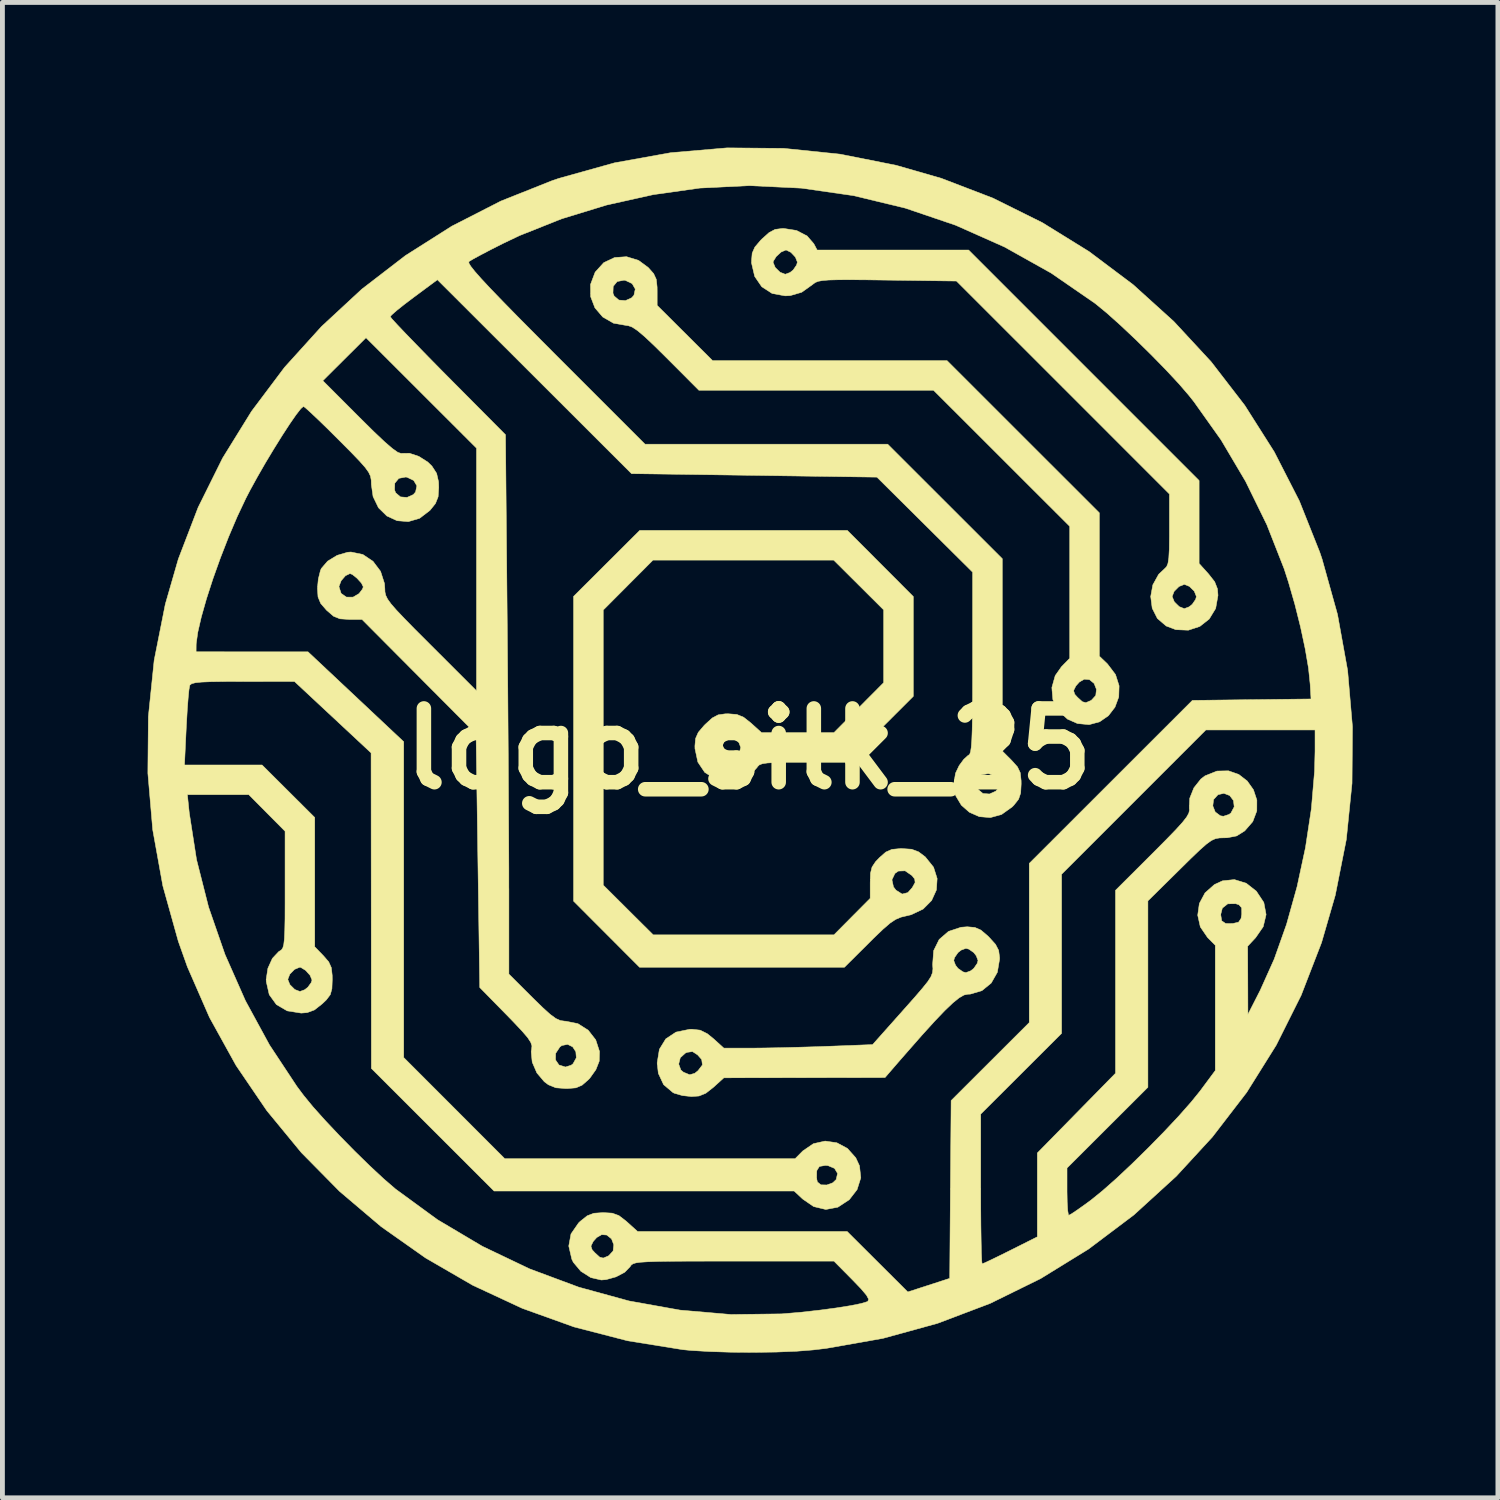
<source format=kicad_pcb>
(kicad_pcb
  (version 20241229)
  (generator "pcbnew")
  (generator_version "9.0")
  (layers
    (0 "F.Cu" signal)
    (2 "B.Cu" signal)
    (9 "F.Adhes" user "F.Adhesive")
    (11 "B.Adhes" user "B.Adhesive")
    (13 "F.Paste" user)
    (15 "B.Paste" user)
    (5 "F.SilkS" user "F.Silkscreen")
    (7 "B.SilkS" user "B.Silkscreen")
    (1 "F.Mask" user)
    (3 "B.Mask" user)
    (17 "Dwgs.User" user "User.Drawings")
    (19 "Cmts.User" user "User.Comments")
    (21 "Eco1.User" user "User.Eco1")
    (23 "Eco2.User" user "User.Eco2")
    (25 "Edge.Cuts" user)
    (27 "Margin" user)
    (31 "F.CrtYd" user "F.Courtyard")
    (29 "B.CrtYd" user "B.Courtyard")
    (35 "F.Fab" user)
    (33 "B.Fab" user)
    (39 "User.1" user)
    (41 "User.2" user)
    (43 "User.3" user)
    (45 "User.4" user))
  (footprint "logo_silk_25"
    (layer "F.Cu")
    (at 12.42 12.42)
    (property "Reference" "logo_silk_25" (at 0 0 0) (layer "F.SilkS") (effects (font (size 1.524 1.524) (thickness 0.3))))
    (attr through_hole)
    (fp_poly (pts (xy -2.279 -10.091) (xy -2.079 -9.944) (xy -1.967 -9.818) (xy -1.912 -9.699) (xy -1.895 -9.538) (xy -1.894 -9.46) (xy -1.894 -9.161) (xy -0.75 -8.021) (xy 4.093 -8.021) (xy 7.241 -4.875) (xy 7.241 -1.915) (xy 7.409 -1.754) (xy 7.575 -1.535) (xy 7.649 -1.302) (xy 7.642 -1.072) (xy 7.564 -0.861) (xy 7.429 -0.685) (xy 7.247 -0.559) (xy 7.03 -0.5) (xy 6.789 -0.523) (xy 6.583 -0.614) (xy 6.39 -0.791) (xy 6.281 -1.017) (xy 6.265 -1.203) (xy 6.708 -1.203) (xy 6.734 -1.126) (xy 6.792 -1.062) (xy 6.89 -0.973) (xy 6.963 -0.954) (xy 7.062 -0.996) (xy 7.078 -1.005) (xy 7.167 -1.102) (xy 7.181 -1.229) (xy 7.133 -1.351) (xy 7.036 -1.43) (xy 6.93 -1.439) (xy 6.829 -1.381) (xy 6.756 -1.299) (xy 6.708 -1.203) (xy 6.265 -1.203) (xy 6.26 -1.266) (xy 6.329 -1.512) (xy 6.459 -1.697) (xy 6.629 -1.871) (xy 6.629 -4.596) (xy 3.815 -7.408) (xy -1.032 -7.408) (xy -1.699 -8.077) (xy -1.958 -8.333) (xy -2.155 -8.518) (xy -2.301 -8.641) (xy -2.408 -8.712) (xy -2.491 -8.742) (xy -2.521 -8.745) (xy -2.795 -8.793) (xy -3.018 -8.921) (xy -3.18 -9.111) (xy -3.268 -9.341) (xy -3.269 -9.413) (xy -2.807 -9.413) (xy -2.783 -9.355) (xy -2.685 -9.271) (xy -2.549 -9.26) (xy -2.42 -9.318) (xy -2.373 -9.372) (xy -2.346 -9.499) (xy -2.411 -9.611) (xy -2.549 -9.677) (xy -2.578 -9.682) (xy -2.72 -9.654) (xy -2.802 -9.554) (xy -2.807 -9.413) (xy -3.269 -9.413) (xy -3.271 -9.593) (xy -3.176 -9.845) (xy -3.174 -9.849) (xy -2.997 -10.044) (xy -2.773 -10.15) (xy -2.526 -10.167) (xy -2.279 -10.091)) (stroke (width 0.01) (type solid)) (fill yes) (layer "F.SilkS"))
    (fp_poly (pts (xy 0.985 -10.709) (xy 1.204 -10.595) (xy 1.342 -10.435) (xy 1.411 -10.305) (xy 4.54 -10.305) (xy 9.302 -5.542) (xy 9.302 -3.829) (xy 9.497 -3.613) (xy 9.624 -3.451) (xy 9.681 -3.305) (xy 9.692 -3.17) (xy 9.644 -2.9) (xy 9.511 -2.682) (xy 9.317 -2.529) (xy 9.079 -2.451) (xy 8.821 -2.462) (xy 8.621 -2.538) (xy 8.44 -2.693) (xy 8.333 -2.905) (xy 8.302 -3.146) (xy 8.302 -3.147) (xy 8.745 -3.147) (xy 8.79 -3.037) (xy 8.89 -2.938) (xy 8.996 -2.896) (xy 9.094 -2.933) (xy 9.159 -2.984) (xy 9.23 -3.087) (xy 9.246 -3.147) (xy 9.202 -3.257) (xy 9.101 -3.356) (xy 8.996 -3.398) (xy 8.886 -3.353) (xy 8.786 -3.253) (xy 8.745 -3.147) (xy 8.302 -3.147) (xy 8.346 -3.388) (xy 8.466 -3.605) (xy 8.589 -3.721) (xy 8.631 -3.764) (xy 8.659 -3.833) (xy 8.676 -3.947) (xy 8.686 -4.127) (xy 8.689 -4.392) (xy 8.689 -4.529) (xy 8.689 -5.264) (xy 6.489 -7.464) (xy 4.289 -9.664) (xy 2.863 -9.683) (xy 2.427 -9.689) (xy 2.088 -9.691) (xy 1.833 -9.69) (xy 1.648 -9.685) (xy 1.519 -9.674) (xy 1.432 -9.658) (xy 1.373 -9.634) (xy 1.33 -9.603) (xy 1.318 -9.593) (xy 1.092 -9.432) (xy 0.855 -9.363) (xy 0.75 -9.358) (xy 0.482 -9.407) (xy 0.267 -9.546) (xy 0.121 -9.759) (xy 0.057 -10.031) (xy 0.057 -10.05) (xy 0.501 -10.05) (xy 0.545 -9.944) (xy 0.645 -9.846) (xy 0.752 -9.804) (xy 0.85 -9.84) (xy 0.915 -9.891) (xy 0.986 -9.994) (xy 1.003 -10.054) (xy 0.962 -10.158) (xy 0.869 -10.257) (xy 0.77 -10.305) (xy 0.766 -10.305) (xy 0.668 -10.264) (xy 0.566 -10.171) (xy 0.505 -10.072) (xy 0.501 -10.05) (xy 0.057 -10.05) (xy 0.056 -10.083) (xy 0.069 -10.24) (xy 0.124 -10.365) (xy 0.243 -10.505) (xy 0.272 -10.534) (xy 0.419 -10.666) (xy 0.543 -10.731) (xy 0.691 -10.75) (xy 0.723 -10.75) (xy 0.985 -10.709)) (stroke (width 0.01) (type solid)) (fill yes) (layer "F.SilkS"))
    (fp_poly (pts (xy 4.67 3.69) (xy 4.795 3.745) (xy 4.935 3.864) (xy 4.964 3.893) (xy 5.096 4.039) (xy 5.161 4.164) (xy 5.18 4.312) (xy 5.18 4.344) (xy 5.134 4.616) (xy 5.007 4.839) (xy 4.815 4.996) (xy 4.575 5.067) (xy 4.522 5.069) (xy 4.444 5.086) (xy 4.344 5.144) (xy 4.215 5.248) (xy 4.048 5.407) (xy 3.838 5.627) (xy 3.575 5.917) (xy 3.253 6.284) (xy 3.112 6.445) (xy 2.813 6.791) (xy 1.149 6.793) (xy -0.516 6.796) (xy -0.731 6.991) (xy -0.889 7.115) (xy -1.029 7.172) (xy -1.184 7.183) (xy -1.372 7.163) (xy -1.538 7.115) (xy -1.566 7.102) (xy -1.761 6.937) (xy -1.87 6.703) (xy -1.891 6.512) (xy -1.449 6.512) (xy -1.404 6.635) (xy -1.351 6.68) (xy -1.222 6.733) (xy -1.117 6.703) (xy -1.049 6.648) (xy -0.959 6.53) (xy -0.974 6.418) (xy -1.059 6.322) (xy -1.164 6.254) (xy -1.276 6.27) (xy -1.309 6.284) (xy -1.416 6.381) (xy -1.449 6.512) (xy -1.891 6.512) (xy -1.894 6.489) (xy -1.848 6.207) (xy -1.716 5.992) (xy -1.505 5.852) (xy -1.224 5.794) (xy -1.173 5.793) (xy -1.005 5.812) (xy -0.858 5.885) (xy -0.731 5.988) (xy -0.516 6.183) (xy 0.062 6.183) (xy 0.325 6.18) (xy 0.663 6.174) (xy 1.04 6.164) (xy 1.422 6.153) (xy 1.599 6.146) (xy 2.557 6.11) (xy 3.188 5.401) (xy 3.418 5.142) (xy 3.583 4.95) (xy 3.695 4.811) (xy 3.762 4.707) (xy 3.794 4.624) (xy 3.803 4.546) (xy 3.797 4.458) (xy 3.797 4.452) (xy 3.803 4.373) (xy 4.233 4.373) (xy 4.27 4.47) (xy 4.321 4.536) (xy 4.423 4.607) (xy 4.484 4.623) (xy 4.582 4.587) (xy 4.647 4.536) (xy 4.718 4.433) (xy 4.735 4.373) (xy 4.698 4.275) (xy 4.647 4.209) (xy 4.545 4.138) (xy 4.484 4.122) (xy 4.386 4.158) (xy 4.321 4.209) (xy 4.25 4.312) (xy 4.233 4.373) (xy 3.803 4.373) (xy 3.818 4.169) (xy 3.932 3.938) (xy 4.124 3.772) (xy 4.383 3.686) (xy 4.513 3.676) (xy 4.67 3.69)) (stroke (width 0.01) (type solid)) (fill yes) (layer "F.SilkS"))
    (fp_poly (pts (xy 3.398 -3.146) (xy 3.398 -1.085) (xy 2.715 -0.403) (xy 2.032 0.279) (xy 1.129 0.279) (xy 0.792 0.279) (xy 0.549 0.283) (xy 0.383 0.292) (xy 0.278 0.308) (xy 0.216 0.332) (xy 0.18 0.368) (xy 0.167 0.389) (xy 0.041 0.524) (xy -0.156 0.623) (xy -0.384 0.668) (xy -0.418 0.668) (xy -0.696 0.621) (xy -0.911 0.486) (xy -1.053 0.274) (xy -1.113 -0.006) (xy -1.113 -0.028) (xy -0.668 -0.028) (xy -0.632 0.07) (xy -0.581 0.135) (xy -0.478 0.206) (xy -0.418 0.223) (xy -0.32 0.186) (xy -0.255 0.135) (xy -0.184 0.033) (xy -0.167 -0.028) (xy -0.204 -0.126) (xy -0.255 -0.191) (xy -0.357 -0.262) (xy -0.418 -0.279) (xy -0.516 -0.242) (xy -0.581 -0.191) (xy -0.652 -0.088) (xy -0.668 -0.028) (xy -1.113 -0.028) (xy -1.114 -0.059) (xy -1.1 -0.215) (xy -1.044 -0.341) (xy -0.924 -0.482) (xy -0.898 -0.508) (xy -0.755 -0.638) (xy -0.634 -0.702) (xy -0.487 -0.723) (xy -0.424 -0.724) (xy -0.247 -0.71) (xy -0.108 -0.653) (xy 0.046 -0.531) (xy 0.048 -0.529) (xy 0.264 -0.334) (xy 1.757 -0.334) (xy 2.785 -1.367) (xy 2.785 -2.871) (xy 2.269 -3.385) (xy 1.753 -3.899) (xy -1.98 -3.899) (xy -2.494 -3.383) (xy -3.008 -2.867) (xy -3.008 2.815) (xy -2.492 3.329) (xy -1.975 3.843) (xy 1.758 3.843) (xy 2.132 3.466) (xy 2.507 3.089) (xy 2.507 2.764) (xy 2.509 2.705) (xy 2.956 2.705) (xy 2.988 2.852) (xy 3.04 2.92) (xy 3.167 3) (xy 3.285 2.97) (xy 3.376 2.867) (xy 3.435 2.761) (xy 3.426 2.688) (xy 3.369 2.617) (xy 3.229 2.52) (xy 3.089 2.525) (xy 3.019 2.573) (xy 2.956 2.705) (xy 2.509 2.705) (xy 2.513 2.57) (xy 2.545 2.442) (xy 2.617 2.333) (xy 2.696 2.25) (xy 2.829 2.133) (xy 2.955 2.077) (xy 3.126 2.061) (xy 3.167 2.061) (xy 3.363 2.074) (xy 3.507 2.128) (xy 3.645 2.232) (xy 3.816 2.445) (xy 3.89 2.679) (xy 3.875 2.915) (xy 3.776 3.133) (xy 3.6 3.31) (xy 3.354 3.427) (xy 3.266 3.448) (xy 3.144 3.477) (xy 3.034 3.523) (xy 2.917 3.601) (xy 2.772 3.726) (xy 2.578 3.912) (xy 2.485 4.005) (xy 1.975 4.512) (xy -2.258 4.512) (xy -3.621 3.146) (xy -3.621 -3.149) (xy -2.254 -4.512) (xy 2.035 -4.512) (xy 3.398 -3.146)) (stroke (width 0.01) (type solid)) (fill yes) (layer "F.SilkS"))
    (fp_poly (pts (xy 0.72 -12.405) (xy 1.886 -12.285) (xy 3.043 -12.055) (xy 3.977 -11.786) (xy 5.043 -11.377) (xy 6.062 -10.871) (xy 7.029 -10.273) (xy 7.937 -9.591) (xy 8.78 -8.829) (xy 9.551 -7.996) (xy 10.245 -7.096) (xy 10.854 -6.136) (xy 11.372 -5.123) (xy 11.794 -4.063) (xy 11.842 -3.921) (xy 12.161 -2.777) (xy 12.37 -1.62) (xy 12.47 -0.455) (xy 12.461 0.711) (xy 12.343 1.873) (xy 12.115 3.024) (xy 11.831 4.004) (xy 11.41 5.092) (xy 10.895 6.122) (xy 10.285 7.097) (xy 9.576 8.019) (xy 8.83 8.83) (xy 7.954 9.629) (xy 7.018 10.334) (xy 6.028 10.944) (xy 4.987 11.456) (xy 3.9 11.868) (xy 2.77 12.179) (xy 1.602 12.385) (xy 1.325 12.418) (xy 0.983 12.445) (xy 0.565 12.462) (xy 0.103 12.468) (xy -0.367 12.465) (xy -0.813 12.451) (xy -1.199 12.428) (xy -1.365 12.412) (xy -2.503 12.229) (xy -3.61 11.943) (xy -4.679 11.559) (xy -5.704 11.082) (xy -6.679 10.517) (xy -7.598 9.869) (xy -8.455 9.142) (xy -9.244 8.342) (xy -9.959 7.473) (xy -10.594 6.54) (xy -11.142 5.549) (xy -11.599 4.503) (xy -11.786 3.977) (xy -12.106 2.83) (xy -12.315 1.671) (xy -12.415 0.504) (xy -12.414 0.334) (xy -11.659 0.334) (xy -10.056 0.334) (xy -9.512 0.876) (xy -8.968 1.418) (xy -8.968 4.089) (xy -8.787 4.276) (xy -8.679 4.401) (xy -8.625 4.521) (xy -8.607 4.682) (xy -8.606 4.77) (xy -8.613 4.956) (xy -8.647 5.079) (xy -8.728 5.186) (xy -8.814 5.268) (xy -8.974 5.394) (xy -9.123 5.449) (xy -9.248 5.459) (xy -9.537 5.413) (xy -9.76 5.283) (xy -9.908 5.078) (xy -9.969 4.809) (xy -9.971 4.763) (xy -9.525 4.763) (xy -9.481 4.872) (xy -9.38 4.972) (xy -9.274 5.013) (xy -9.176 4.977) (xy -9.111 4.926) (xy -9.041 4.83) (xy -9.024 4.777) (xy -9.064 4.679) (xy -9.157 4.576) (xy -9.257 4.515) (xy -9.279 4.512) (xy -9.385 4.556) (xy -9.483 4.656) (xy -9.525 4.763) (xy -9.971 4.763) (xy -9.936 4.534) (xy -9.843 4.329) (xy -9.713 4.19) (xy -9.692 4.177) (xy -9.655 4.153) (xy -9.628 4.113) (xy -9.608 4.043) (xy -9.595 3.93) (xy -9.587 3.758) (xy -9.582 3.513) (xy -9.581 3.18) (xy -9.581 2.91) (xy -9.581 1.702) (xy -10.33 0.947) (xy -11.599 0.947) (xy -11.56 1.323) (xy -11.41 2.288) (xy -11.161 3.27) (xy -10.822 4.248) (xy -10.4 5.203) (xy -9.902 6.118) (xy -9.337 6.973) (xy -9.199 7.158) (xy -9.008 7.391) (xy -8.754 7.675) (xy -8.459 7.988) (xy -8.144 8.309) (xy -7.832 8.614) (xy -7.543 8.883) (xy -7.3 9.093) (xy -7.297 9.095) (xy -6.432 9.727) (xy -5.505 10.277) (xy -4.529 10.743) (xy -3.514 11.121) (xy -2.475 11.406) (xy -1.421 11.595) (xy -0.367 11.686) (xy 0.678 11.673) (xy 1.058 11.641) (xy 1.454 11.597) (xy 1.807 11.55) (xy 2.101 11.503) (xy 2.319 11.459) (xy 2.445 11.421) (xy 2.458 11.414) (xy 2.475 11.371) (xy 2.431 11.288) (xy 2.319 11.155) (xy 2.146 10.975) (xy 1.758 10.583) (xy -0.317 10.583) (xy -0.852 10.583) (xy -1.286 10.584) (xy -1.631 10.586) (xy -1.897 10.59) (xy -2.095 10.597) (xy -2.236 10.606) (xy -2.331 10.619) (xy -2.39 10.637) (xy -2.425 10.659) (xy -2.446 10.686) (xy -2.453 10.699) (xy -2.564 10.813) (xy -2.744 10.908) (xy -2.949 10.965) (xy -3.048 10.973) (xy -3.265 10.923) (xy -3.471 10.792) (xy -3.626 10.607) (xy -3.657 10.543) (xy -3.72 10.272) (xy -3.262 10.272) (xy -3.237 10.349) (xy -3.179 10.412) (xy -3.081 10.501) (xy -3.008 10.52) (xy -2.909 10.479) (xy -2.893 10.47) (xy -2.804 10.373) (xy -2.79 10.245) (xy -2.837 10.123) (xy -2.935 10.044) (xy -3.04 10.036) (xy -3.141 10.094) (xy -3.214 10.175) (xy -3.262 10.272) (xy -3.72 10.272) (xy -3.72 10.271) (xy -3.674 10.021) (xy -3.518 9.795) (xy -3.484 9.762) (xy -3.34 9.647) (xy -3.202 9.594) (xy -3.013 9.581) (xy -3.009 9.581) (xy -2.822 9.592) (xy -2.685 9.642) (xy -2.54 9.753) (xy -2.514 9.776) (xy -2.298 9.971) (xy 2.031 9.971) (xy 3.284 11.22) (xy 4.15 10.939) (xy 4.164 9.102) (xy 4.177 7.546) (xy 4.79 7.546) (xy 4.79 9.093) (xy 4.791 9.495) (xy 4.794 9.858) (xy 4.799 10.168) (xy 4.804 10.411) (xy 4.811 10.572) (xy 4.818 10.638) (xy 4.819 10.639) (xy 4.878 10.616) (xy 5.014 10.552) (xy 5.207 10.458) (xy 5.404 10.36) (xy 5.96 10.081) (xy 5.96 8.349) (xy 6.768 7.525) (xy 7.575 6.702) (xy 7.575 2.923) (xy 8.352 2.148) (xy 8.621 1.877) (xy 8.82 1.672) (xy 8.957 1.521) (xy 9.044 1.41) (xy 9.089 1.329) (xy 9.103 1.265) (xy 9.099 1.226) (xy 9.101 1.179) (xy 9.585 1.179) (xy 9.635 1.304) (xy 9.741 1.383) (xy 9.804 1.393) (xy 9.92 1.355) (xy 9.959 1.326) (xy 10.027 1.198) (xy 10.012 1.068) (xy 9.934 0.965) (xy 9.814 0.919) (xy 9.692 0.947) (xy 9.601 1.047) (xy 9.585 1.179) (xy 9.101 1.179) (xy 9.108 1.021) (xy 9.194 0.806) (xy 9.338 0.624) (xy 9.424 0.558) (xy 9.672 0.459) (xy 9.908 0.454) (xy 10.12 0.528) (xy 10.296 0.664) (xy 10.425 0.846) (xy 10.495 1.058) (xy 10.494 1.282) (xy 10.41 1.504) (xy 10.244 1.695) (xy 10.078 1.799) (xy 9.883 1.837) (xy 9.818 1.838) (xy 9.722 1.841) (xy 9.639 1.856) (xy 9.555 1.894) (xy 9.453 1.968) (xy 9.318 2.087) (xy 9.134 2.263) (xy 8.904 2.49) (xy 8.244 3.141) (xy 8.244 6.992) (xy 6.573 8.66) (xy 6.573 9.148) (xy 6.577 9.366) (xy 6.587 9.534) (xy 6.602 9.626) (xy 6.61 9.636) (xy 6.668 9.605) (xy 6.793 9.521) (xy 6.963 9.4) (xy 7.069 9.322) (xy 7.307 9.129) (xy 7.598 8.872) (xy 7.92 8.569) (xy 8.256 8.239) (xy 8.584 7.904) (xy 8.885 7.583) (xy 9.14 7.294) (xy 9.322 7.069) (xy 9.636 6.646) (xy 9.636 4.058) (xy 9.476 3.897) (xy 9.327 3.679) (xy 9.273 3.437) (xy 9.275 3.423) (xy 9.748 3.423) (xy 9.769 3.553) (xy 9.85 3.608) (xy 9.996 3.609) (xy 10.117 3.581) (xy 10.169 3.503) (xy 10.183 3.414) (xy 10.181 3.284) (xy 10.125 3.221) (xy 10.057 3.199) (xy 9.893 3.202) (xy 9.782 3.29) (xy 9.748 3.423) (xy 9.275 3.423) (xy 9.307 3.195) (xy 9.424 2.976) (xy 9.618 2.804) (xy 9.784 2.727) (xy 10.031 2.701) (xy 10.276 2.777) (xy 10.484 2.94) (xy 10.639 3.174) (xy 10.686 3.424) (xy 10.626 3.675) (xy 10.47 3.901) (xy 10.305 4.078) (xy 10.308 4.782) (xy 10.31 5.487) (xy 10.566 4.985) (xy 10.853 4.345) (xy 11.109 3.623) (xy 11.326 2.847) (xy 11.499 2.043) (xy 11.621 1.238) (xy 11.687 0.46) (xy 11.697 0.05) (xy 11.697 -0.39) (xy 9.441 -0.39) (xy 6.461 2.591) (xy 6.461 5.878) (xy 5.626 6.712) (xy 4.79 7.546) (xy 4.177 7.546) (xy 4.179 7.266) (xy 5.793 5.655) (xy 5.793 2.367) (xy 7.478 0.683) (xy 9.163 -1.001) (xy 10.388 -1.016) (xy 11.614 -1.03) (xy 11.596 -1.337) (xy 11.562 -1.666) (xy 11.493 -2.069) (xy 11.397 -2.519) (xy 11.28 -2.986) (xy 11.149 -3.441) (xy 11.059 -3.719) (xy 10.702 -4.628) (xy 10.262 -5.526) (xy 9.755 -6.383) (xy 9.197 -7.168) (xy 9.095 -7.297) (xy 8.886 -7.54) (xy 8.618 -7.828) (xy 8.313 -8.14) (xy 7.992 -8.455) (xy 7.679 -8.75) (xy 7.394 -9.005) (xy 7.16 -9.197) (xy 7.158 -9.199) (xy 6.246 -9.828) (xy 5.281 -10.368) (xy 4.272 -10.817) (xy 3.23 -11.171) (xy 2.165 -11.428) (xy 1.088 -11.583) (xy 0.01 -11.635) (xy -1.011 -11.585) (xy -1.974 -11.449) (xy -2.936 -11.235) (xy -3.866 -10.95) (xy -4.738 -10.603) (xy -5.069 -10.445) (xy -5.317 -10.32) (xy -5.533 -10.207) (xy -5.694 -10.12) (xy -5.779 -10.069) (xy -5.783 -10.066) (xy -5.784 -10.035) (xy -5.744 -9.968) (xy -5.66 -9.862) (xy -5.525 -9.709) (xy -5.335 -9.505) (xy -5.084 -9.245) (xy -4.768 -8.922) (xy -4.381 -8.532) (xy -4.001 -8.15) (xy -2.145 -6.294) (xy 2.868 -6.294) (xy 4.052 -5.111) (xy 5.236 -3.928) (xy 5.236 0.045) (xy 5.431 0.24) (xy 5.55 0.373) (xy 5.608 0.495) (xy 5.625 0.658) (xy 5.626 0.724) (xy 5.616 0.912) (xy 5.573 1.04) (xy 5.476 1.163) (xy 5.441 1.199) (xy 5.22 1.357) (xy 4.989 1.42) (xy 4.762 1.401) (xy 4.557 1.311) (xy 4.39 1.164) (xy 4.275 0.972) (xy 4.237 0.78) (xy 4.713 0.78) (xy 4.736 0.839) (xy 4.835 0.922) (xy 4.971 0.933) (xy 5.1 0.875) (xy 5.147 0.822) (xy 5.173 0.694) (xy 5.108 0.583) (xy 4.971 0.517) (xy 4.942 0.512) (xy 4.8 0.539) (xy 4.717 0.639) (xy 4.713 0.78) (xy 4.237 0.78) (xy 4.23 0.747) (xy 4.27 0.503) (xy 4.345 0.346) (xy 4.439 0.218) (xy 4.527 0.138) (xy 4.54 0.131) (xy 4.563 0.11) (xy 4.581 0.058) (xy 4.595 -0.035) (xy 4.606 -0.181) (xy 4.614 -0.39) (xy 4.619 -0.672) (xy 4.622 -1.038) (xy 4.623 -1.5) (xy 4.623 -1.775) (xy 4.623 -3.65) (xy 2.646 -5.613) (xy -2.423 -5.685) (xy -6.434 -9.691) (xy -6.921 -9.33) (xy -7.119 -9.18) (xy -7.278 -9.053) (xy -7.38 -8.963) (xy -7.408 -8.928) (xy -7.371 -8.88) (xy -7.264 -8.763) (xy -7.097 -8.587) (xy -6.88 -8.363) (xy -6.623 -8.099) (xy -6.336 -7.807) (xy -6.218 -7.688) (xy -5.027 -6.489) (xy -4.992 -2.674) (xy -4.986 -1.971) (xy -4.98 -1.253) (xy -4.975 -0.538) (xy -4.97 0.161) (xy -4.966 0.828) (xy -4.963 1.447) (xy -4.96 2.002) (xy -4.958 2.479) (xy -4.958 2.861) (xy -4.957 2.898) (xy -4.957 4.653) (xy -4.469 5.14) (xy -4.257 5.347) (xy -4.102 5.487) (xy -3.987 5.571) (xy -3.894 5.613) (xy -3.803 5.626) (xy -3.787 5.626) (xy -3.532 5.677) (xy -3.318 5.813) (xy -3.163 6.012) (xy -3.085 6.252) (xy -3.091 6.453) (xy -3.16 6.628) (xy -3.286 6.805) (xy -3.313 6.833) (xy -3.446 6.949) (xy -3.572 7.003) (xy -3.747 7.018) (xy -3.778 7.018) (xy -3.987 7.002) (xy -4.14 6.94) (xy -4.225 6.877) (xy -4.379 6.695) (xy -4.475 6.473) (xy -4.48 6.426) (xy -3.994 6.426) (xy -3.922 6.531) (xy -3.788 6.573) (xy -3.671 6.536) (xy -3.632 6.506) (xy -3.564 6.383) (xy -3.574 6.257) (xy -3.64 6.156) (xy -3.744 6.105) (xy -3.863 6.129) (xy -3.904 6.159) (xy -3.991 6.291) (xy -3.994 6.426) (xy -4.48 6.426) (xy -4.496 6.255) (xy -4.487 6.202) (xy -4.481 6.136) (xy -4.506 6.062) (xy -4.57 5.964) (xy -4.687 5.828) (xy -4.866 5.638) (xy -5.005 5.495) (xy -5.559 4.93) (xy -5.597 2.312) (xy -5.635 -0.306) (xy -6.814 -1.49) (xy -7.992 -2.674) (xy -8.263 -2.674) (xy -8.447 -2.686) (xy -8.579 -2.739) (xy -8.715 -2.856) (xy -8.723 -2.863) (xy -8.845 -3.004) (xy -8.9 -3.137) (xy -8.912 -3.311) (xy -8.909 -3.349) (xy -8.467 -3.349) (xy -8.423 -3.211) (xy -8.314 -3.135) (xy -8.176 -3.134) (xy -8.053 -3.207) (xy -7.983 -3.298) (xy -7.965 -3.346) (xy -8.004 -3.425) (xy -8.094 -3.524) (xy -8.191 -3.602) (xy -8.24 -3.621) (xy -8.334 -3.576) (xy -8.423 -3.472) (xy -8.466 -3.358) (xy -8.467 -3.349) (xy -8.909 -3.349) (xy -8.894 -3.508) (xy -8.85 -3.684) (xy -8.831 -3.727) (xy -8.702 -3.877) (xy -8.506 -3.997) (xy -8.289 -4.061) (xy -8.219 -4.066) (xy -7.974 -4.015) (xy -7.764 -3.874) (xy -7.608 -3.667) (xy -7.527 -3.415) (xy -7.52 -3.314) (xy -7.517 -3.24) (xy -7.501 -3.171) (xy -7.463 -3.093) (xy -7.394 -2.997) (xy -7.284 -2.87) (xy -7.124 -2.701) (xy -6.906 -2.478) (xy -6.618 -2.19) (xy -6.573 -2.145) (xy -5.626 -1.199) (xy -5.626 -6.212) (xy -6.767 -7.352) (xy -7.909 -8.493) (xy -8.355 -8.049) (xy -8.801 -7.605) (xy -8.036 -6.839) (xy -7.748 -6.554) (xy -7.527 -6.345) (xy -7.364 -6.204) (xy -7.252 -6.125) (xy -7.183 -6.102) (xy -7.172 -6.104) (xy -7.01 -6.106) (xy -6.816 -6.041) (xy -6.633 -5.925) (xy -6.547 -5.841) (xy -6.45 -5.691) (xy -6.41 -5.516) (xy -6.406 -5.398) (xy -6.419 -5.207) (xy -6.474 -5.068) (xy -6.587 -4.927) (xy -6.802 -4.762) (xy -7.035 -4.694) (xy -7.267 -4.713) (xy -7.479 -4.811) (xy -7.651 -4.98) (xy -7.763 -5.212) (xy -7.782 -5.347) (xy -7.319 -5.347) (xy -7.295 -5.288) (xy -7.197 -5.205) (xy -7.061 -5.194) (xy -6.932 -5.252) (xy -6.885 -5.306) (xy -6.858 -5.433) (xy -6.923 -5.544) (xy -7.061 -5.611) (xy -7.09 -5.615) (xy -7.231 -5.588) (xy -7.314 -5.488) (xy -7.319 -5.347) (xy -7.782 -5.347) (xy -7.798 -5.458) (xy -7.801 -5.551) (xy -7.816 -5.632) (xy -7.855 -5.715) (xy -7.928 -5.816) (xy -8.046 -5.949) (xy -8.221 -6.131) (xy -8.464 -6.375) (xy -8.48 -6.391) (xy -8.704 -6.614) (xy -8.902 -6.806) (xy -9.06 -6.955) (xy -9.165 -7.049) (xy -9.201 -7.074) (xy -9.255 -7.028) (xy -9.354 -6.901) (xy -9.487 -6.709) (xy -9.643 -6.469) (xy -9.813 -6.196) (xy -9.987 -5.907) (xy -10.153 -5.618) (xy -10.303 -5.345) (xy -10.391 -5.175) (xy -10.57 -4.796) (xy -10.747 -4.38) (xy -10.916 -3.946) (xy -11.071 -3.513) (xy -11.205 -3.099) (xy -11.311 -2.725) (xy -11.384 -2.408) (xy -11.417 -2.17) (xy -11.418 -2.131) (xy -11.419 -2.005) (xy -10.263 -2.004) (xy -9.107 -2.004) (xy -7.13 -0.147) (xy -7.13 6.377) (xy -6.086 7.422) (xy -5.042 8.467) (xy 0.956 8.467) (xy 1.116 8.306) (xy 1.334 8.157) (xy 1.576 8.103) (xy 1.818 8.138) (xy 2.037 8.255) (xy 2.209 8.448) (xy 2.286 8.614) (xy 2.313 8.862) (xy 2.236 9.106) (xy 2.074 9.315) (xy 1.839 9.469) (xy 1.59 9.516) (xy 1.339 9.456) (xy 1.112 9.3) (xy 0.935 9.135) (xy -5.263 9.135) (xy -5.524 8.874) (xy 1.4 8.874) (xy 1.416 8.948) (xy 1.489 9.007) (xy 1.61 9.01) (xy 1.734 8.965) (xy 1.804 8.898) (xy 1.833 8.771) (xy 1.77 8.667) (xy 1.635 8.61) (xy 1.581 8.606) (xy 1.458 8.627) (xy 1.407 8.707) (xy 1.402 8.735) (xy 1.4 8.874) (xy -5.524 8.874) (xy -6.531 7.868) (xy -7.798 6.602) (xy -7.804 0.084) (xy -9.386 -1.391) (xy -10.452 -1.392) (xy -10.828 -1.391) (xy -11.108 -1.387) (xy -11.305 -1.379) (xy -11.433 -1.366) (xy -11.509 -1.346) (xy -11.545 -1.319) (xy -11.551 -1.306) (xy -11.566 -1.221) (xy -11.583 -1.048) (xy -11.601 -0.809) (xy -11.617 -0.528) (xy -11.622 -0.443) (xy -11.659 0.334) (xy -12.414 0.334) (xy -12.405 -0.665) (xy -12.285 -1.83) (xy -12.055 -2.988) (xy -11.786 -3.921) (xy -11.377 -4.987) (xy -10.871 -6.007) (xy -10.273 -6.974) (xy -9.591 -7.882) (xy -8.829 -8.724) (xy -7.996 -9.496) (xy -7.096 -10.189) (xy -6.136 -10.798) (xy -5.123 -11.316) (xy -4.063 -11.738) (xy -3.921 -11.786) (xy -2.775 -12.106) (xy -1.615 -12.315) (xy -0.449 -12.415) (xy 0.72 -12.405)) (stroke (width 0.01) (type solid)) (fill yes) (layer "F.SilkS")))
  (gr_rect
    (start -3 -3)
    (end 27.895 27.893)
    (stroke (width 0.1) (type default))
    (fill no)
    (layer "Edge.Cuts")))
</source>
